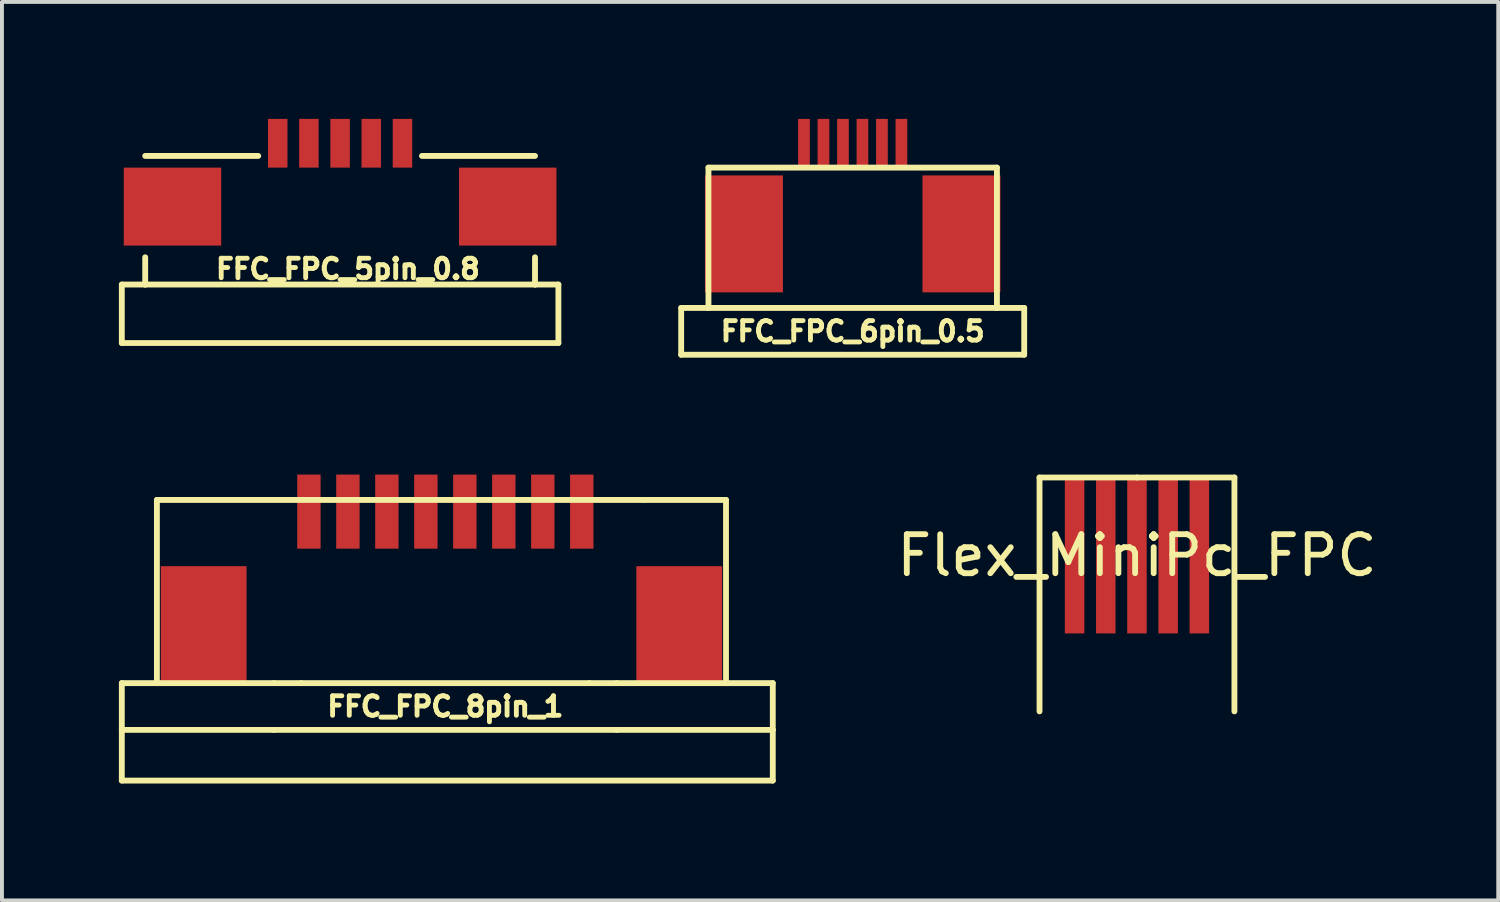
<source format=kicad_pcb>
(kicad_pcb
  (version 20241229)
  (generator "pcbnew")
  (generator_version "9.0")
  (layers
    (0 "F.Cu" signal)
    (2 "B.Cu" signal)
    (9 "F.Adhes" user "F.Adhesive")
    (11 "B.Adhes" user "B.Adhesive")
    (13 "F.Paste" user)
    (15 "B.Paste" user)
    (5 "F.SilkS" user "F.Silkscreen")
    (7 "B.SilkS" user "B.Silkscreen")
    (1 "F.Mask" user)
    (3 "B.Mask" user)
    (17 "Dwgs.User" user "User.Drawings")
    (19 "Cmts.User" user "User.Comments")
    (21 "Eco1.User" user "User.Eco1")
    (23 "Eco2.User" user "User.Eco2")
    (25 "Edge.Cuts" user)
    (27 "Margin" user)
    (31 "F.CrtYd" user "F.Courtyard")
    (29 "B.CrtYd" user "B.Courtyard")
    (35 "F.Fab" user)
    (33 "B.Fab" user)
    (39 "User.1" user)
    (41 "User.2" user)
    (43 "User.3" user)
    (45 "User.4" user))
  (footprint "FFC_FPC_6pin_0.5"
    (layer "F.Cu")
    (at 18.825 2.95)
    (property "Reference" "FFC_FPC_6pin_0.5" (at 0 2.5 0) (layer "F.SilkS") (effects (font (size 0.5 0.5) (thickness 0.125))))
    (attr through_hole)
    (fp_line (start -4.4 1.9) (end -3.7 1.9) (stroke (width 0.15) (type solid)) (layer "F.SilkS"))
    (fp_line (start -4.4 3.1) (end -4.4 1.9) (stroke (width 0.15) (type solid)) (layer "F.SilkS"))
    (fp_line (start -3.7 -1.7) (end 3.7 -1.7) (stroke (width 0.15) (type solid)) (layer "F.SilkS"))
    (fp_line (start -3.7 1.9) (end -3.7 -1.7) (stroke (width 0.15) (type solid)) (layer "F.SilkS"))
    (fp_line (start 3.7 -1.7) (end 3.7 1.9) (stroke (width 0.15) (type solid)) (layer "F.SilkS"))
    (fp_line (start 3.7 1.9) (end -3.7 1.9) (stroke (width 0.15) (type solid)) (layer "F.SilkS"))
    (fp_line (start 3.7 1.9) (end 4.4 1.9) (stroke (width 0.15) (type solid)) (layer "F.SilkS"))
    (fp_line (start 4.4 1.9) (end 4.4 3.1) (stroke (width 0.15) (type solid)) (layer "F.SilkS"))
    (fp_line (start 4.4 3.1) (end -4.4 3.1) (stroke (width 0.15) (type solid)) (layer "F.SilkS"))
    (pad "1" smd rect (at -1.25 -2.325) (size 0.3 1.25) (layers "F.Cu" "F.Mask" "F.Paste"))
    (pad "2" smd rect (at -0.75 -2.325) (size 0.3 1.25) (layers "F.Cu" "F.Mask" "F.Paste"))
    (pad "3" smd rect (at -0.25 -2.325) (size 0.3 1.25) (layers "F.Cu" "F.Mask" "F.Paste"))
    (pad "4" smd rect (at 0.25 -2.325) (size 0.3 1.25) (layers "F.Cu" "F.Mask" "F.Paste"))
    (pad "5" smd rect (at 0.75 -2.325) (size 0.3 1.25) (layers "F.Cu" "F.Mask" "F.Paste"))
    (pad "6" smd rect (at 1.25 -2.325) (size 0.3 1.25) (layers "F.Cu" "F.Mask" "F.Paste"))
    (pad "Fix" smd rect (at -2.79 0) (size 2 3) (layers "F.Cu" "F.Mask" "F.Paste"))
    (pad "Fix" smd rect (at 2.79 0) (size 2 3) (layers "F.Cu" "F.Mask" "F.Paste")))
  (footprint "FFC_FPC_5pin_0.8"
    (layer "F.Cu")
    (at 5.675 2.75)
    (property "Reference" "FFC_FPC_5pin_0.8" (at 0.2 1.1 0) (layer "F.SilkS") (effects (font (size 0.5 0.5) (thickness 0.125))))
    (attr through_hole)
    (fp_line (start -5.6 1.5) (end -5.6 3) (stroke (width 0.15) (type solid)) (layer "F.SilkS"))
    (fp_line (start -5.6 3) (end 5.6 3) (stroke (width 0.15) (type solid)) (layer "F.SilkS"))
    (fp_line (start -5 1.5) (end -5.6 1.5) (stroke (width 0.15) (type solid)) (layer "F.SilkS"))
    (fp_line (start -5 1.5) (end -5 0.8) (stroke (width 0.15) (type solid)) (layer "F.SilkS"))
    (fp_line (start -2.1 -1.8) (end -5 -1.8) (stroke (width 0.15) (type solid)) (layer "F.SilkS"))
    (fp_line (start 5 -1.8) (end 2.1 -1.8) (stroke (width 0.15) (type solid)) (layer "F.SilkS"))
    (fp_line (start 5 0.8) (end 5 1.5) (stroke (width 0.15) (type solid)) (layer "F.SilkS"))
    (fp_line (start 5 1.5) (end -5 1.5) (stroke (width 0.15) (type solid)) (layer "F.SilkS"))
    (fp_line (start 5.6 1.5) (end 5 1.5) (stroke (width 0.15) (type solid)) (layer "F.SilkS"))
    (fp_line (start 5.6 3) (end 5.6 1.5) (stroke (width 0.15) (type solid)) (layer "F.SilkS"))
    (pad "1" smd rect (at -1.6 -2.125) (size 0.5 1.25) (layers "F.Cu" "F.Mask" "F.Paste"))
    (pad "2" smd rect (at -0.8 -2.125) (size 0.5 1.25) (layers "F.Cu" "F.Mask" "F.Paste"))
    (pad "3" smd rect (at 0 -2.125) (size 0.5 1.25) (layers "F.Cu" "F.Mask" "F.Paste"))
    (pad "4" smd rect (at 0.8 -2.125) (size 0.5 1.25) (layers "F.Cu" "F.Mask" "F.Paste"))
    (pad "5" smd rect (at 1.6 -2.125) (size 0.5 1.25) (layers "F.Cu" "F.Mask" "F.Paste"))
    (pad "Fix" smd rect (at -4.3 -0.5) (size 2.5 2) (layers "F.Cu" "F.Mask" "F.Paste"))
    (pad "Fix" smd rect (at 4.3 -0.5) (size 2.5 2) (layers "F.Cu" "F.Mask" "F.Paste")))
  (footprint "Flex_MiniPc_FPC"
    (layer "F.Cu")
    (at 26.118 11.2)
    (property "Reference" "Flex_MiniPc_FPC" (at 0 0 0) (layer "F.SilkS") (effects (font (size 1 1) (thickness 0.15))))
    (attr through_hole)
    (fp_line (start -2.5 -2) (end -2.5 4) (stroke (width 0.15) (type solid)) (layer "F.SilkS"))
    (fp_line (start 0 -2) (end -2.5 -2) (stroke (width 0.15) (type solid)) (layer "F.SilkS"))
    (fp_line (start 0 -2) (end 2.5 -2) (stroke (width 0.15) (type solid)) (layer "F.SilkS"))
    (fp_line (start 2.5 -2) (end 2.5 4) (stroke (width 0.15) (type solid)) (layer "F.SilkS"))
    (pad "1" smd rect (at 1.6 0) (size 0.5 4) (layers "F.Cu" "F.Mask" "F.Paste"))
    (pad "2" smd rect (at 0.8 0) (size 0.5 4) (layers "F.Cu" "F.Mask" "F.Paste"))
    (pad "3" smd rect (at 0 0) (size 0.5 4) (layers "F.Cu" "F.Mask" "F.Paste"))
    (pad "4" smd rect (at -0.8 0) (size 0.5 4) (layers "F.Cu" "F.Mask" "F.Paste"))
    (pad "5" smd rect (at -1.6 0) (size 0.5 4) (layers "F.Cu" "F.Mask" "F.Paste")))
  (footprint "FFC_FPC_8pin_1"
    (layer "F.Cu")
    (at 8.375 12.575)
    (property "Reference" "FFC_FPC_8pin_1" (at 0 2.5 0) (layer "F.SilkS") (effects (font (size 0.5 0.5) (thickness 0.125))))
    (attr through_hole)
    (fp_line (start -8.3 1.9) (end -8.3 3.1) (stroke (width 0.15) (type solid)) (layer "F.SilkS"))
    (fp_line (start -8.3 3.1) (end -8.3 4.4) (stroke (width 0.15) (type solid)) (layer "F.SilkS"))
    (fp_line (start -8.3 3.1) (end -4.4 3.1) (stroke (width 0.15) (type solid)) (layer "F.SilkS"))
    (fp_line (start -8.3 4.4) (end 8.4 4.4) (stroke (width 0.15) (type solid)) (layer "F.SilkS"))
    (fp_line (start -7.4 -2.8) (end 5.1 -2.8) (stroke (width 0.15) (type solid)) (layer "F.SilkS"))
    (fp_line (start -7.4 1.9) (end -7.4 -2.8) (stroke (width 0.15) (type solid)) (layer "F.SilkS"))
    (fp_line (start -4.4 1.9) (end -8.3 1.9) (stroke (width 0.15) (type solid)) (layer "F.SilkS"))
    (fp_line (start -4.4 1.9) (end -3.7 1.9) (stroke (width 0.15) (type solid)) (layer "F.SilkS"))
    (fp_line (start 3.7 1.9) (end -3.7 1.9) (stroke (width 0.15) (type solid)) (layer "F.SilkS"))
    (fp_line (start 3.7 1.9) (end 4.4 1.9) (stroke (width 0.15) (type solid)) (layer "F.SilkS"))
    (fp_line (start 4.4 1.9) (end 8.4 1.9) (stroke (width 0.15) (type solid)) (layer "F.SilkS"))
    (fp_line (start 4.4 3.1) (end -4.4 3.1) (stroke (width 0.15) (type solid)) (layer "F.SilkS"))
    (fp_line (start 5.1 -2.8) (end 7.2 -2.8) (stroke (width 0.15) (type solid)) (layer "F.SilkS"))
    (fp_line (start 7.2 -2.8) (end 7.2 1.9) (stroke (width 0.15) (type solid)) (layer "F.SilkS"))
    (fp_line (start 8.4 1.9) (end 8.4 3.1) (stroke (width 0.15) (type solid)) (layer "F.SilkS"))
    (fp_line (start 8.4 3.1) (end 4.4 3.1) (stroke (width 0.15) (type solid)) (layer "F.SilkS"))
    (fp_line (start 8.4 4.4) (end 8.4 3.1) (stroke (width 0.15) (type solid)) (layer "F.SilkS"))
    (pad "1" smd rect (at -3.5 -2.5) (size 0.6 1.9) (layers "F.Cu" "F.Mask" "F.Paste"))
    (pad "2" smd rect (at -2.5 -2.5) (size 0.6 1.9) (layers "F.Cu" "F.Mask" "F.Paste"))
    (pad "3" smd rect (at -1.5 -2.5) (size 0.6 1.9) (layers "F.Cu" "F.Mask" "F.Paste"))
    (pad "4" smd rect (at -0.5 -2.5) (size 0.6 1.9) (layers "F.Cu" "F.Mask" "F.Paste"))
    (pad "5" smd rect (at 0.5 -2.5) (size 0.6 1.9) (layers "F.Cu" "F.Mask" "F.Paste"))
    (pad "6" smd rect (at 1.5 -2.5) (size 0.6 1.9) (layers "F.Cu" "F.Mask" "F.Paste"))
    (pad "7" smd rect (at 2.5 -2.5) (size 0.6 1.9) (layers "F.Cu" "F.Mask" "F.Paste"))
    (pad "8" smd rect (at 3.5 -2.5) (size 0.6 1.9) (layers "F.Cu" "F.Mask" "F.Paste"))
    (pad "Fix" smd rect (at -6.2 0.4) (size 2.2 3) (layers "F.Cu" "F.Mask" "F.Paste"))
    (pad "Fix" smd rect (at 6 0.4) (size 2.2 3) (layers "F.Cu" "F.Mask" "F.Paste")))
  (gr_rect
    (start -3 -3)
    (end 35.386 20.05)
    (stroke (width 0.1) (type default))
    (fill no)
    (layer "Edge.Cuts")))
</source>
